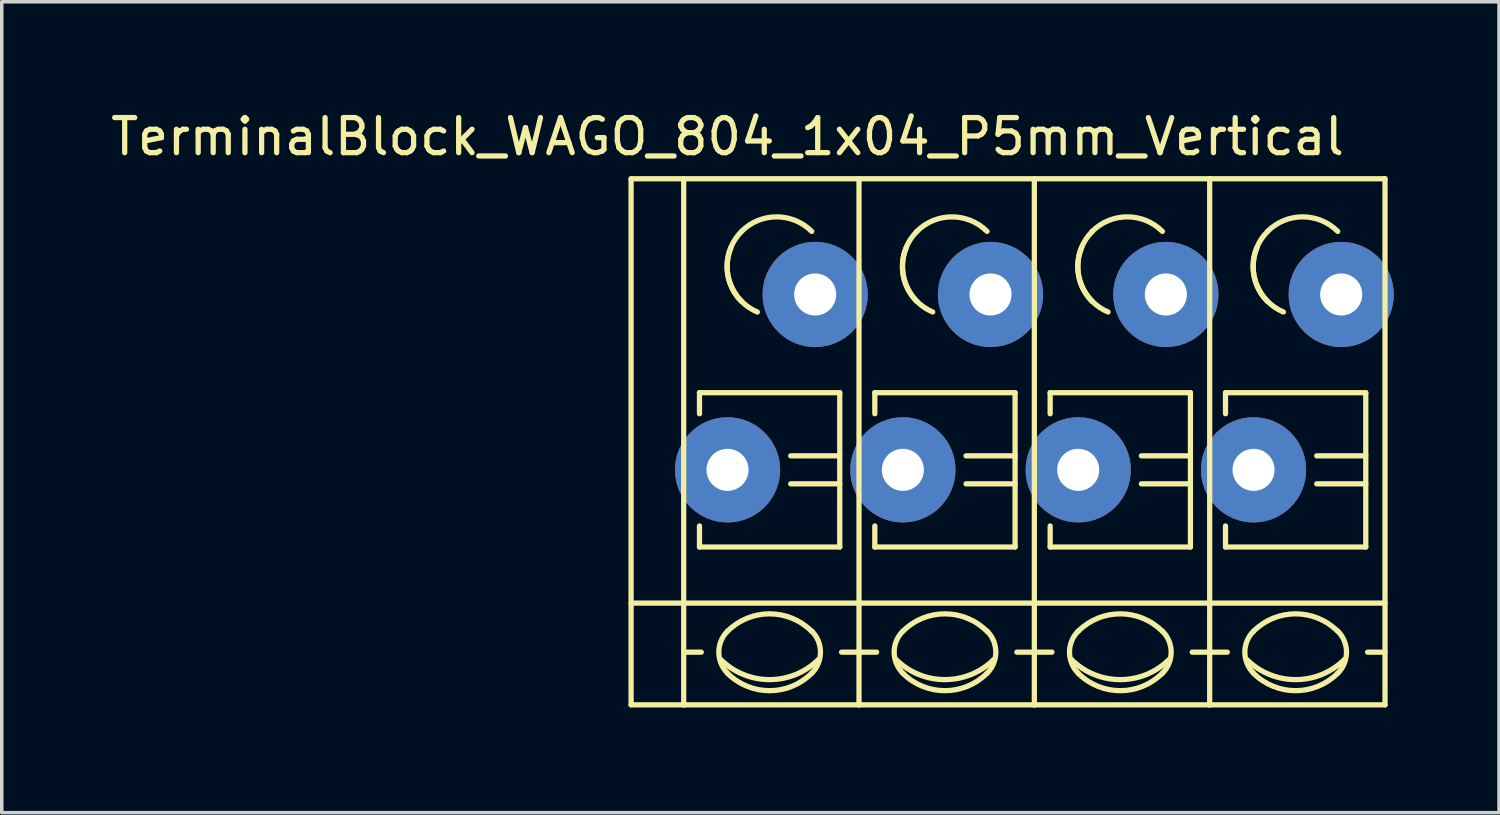
<source format=kicad_pcb>
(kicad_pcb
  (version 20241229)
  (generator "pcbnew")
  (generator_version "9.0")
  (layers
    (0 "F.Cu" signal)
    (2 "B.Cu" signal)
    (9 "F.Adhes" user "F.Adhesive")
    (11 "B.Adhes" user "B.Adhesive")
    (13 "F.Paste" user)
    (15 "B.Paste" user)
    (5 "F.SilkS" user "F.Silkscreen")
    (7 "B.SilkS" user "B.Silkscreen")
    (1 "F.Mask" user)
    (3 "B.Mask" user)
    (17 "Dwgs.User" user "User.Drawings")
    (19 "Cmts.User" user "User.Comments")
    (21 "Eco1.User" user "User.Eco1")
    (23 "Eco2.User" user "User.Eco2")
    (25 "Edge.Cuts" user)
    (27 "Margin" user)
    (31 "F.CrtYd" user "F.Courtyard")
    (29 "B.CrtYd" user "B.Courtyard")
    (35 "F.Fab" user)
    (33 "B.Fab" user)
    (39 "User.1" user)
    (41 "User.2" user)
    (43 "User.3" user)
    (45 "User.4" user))
  (footprint "TerminalBlock_WAGO_804_1x04_P5mm_Vertical"
    (layer "F.Cu")
    (at 17.696 10.348)
    (property "Reference" "TerminalBlock_WAGO_804_1x04_P5mm_Vertical" (at 0 -9.5 0) (layer "F.SilkS") (effects (font (size 1 1) (thickness 0.15))))
    (attr through_hole)
    (fp_line (start -2.75 -8.3) (end -1.25 -8.3) (stroke (width 0.15) (type solid)) (layer "F.SilkS"))
    (fp_line (start -2.75 6.7) (end -2.75 -8.3) (stroke (width 0.15) (type solid)) (layer "F.SilkS"))
    (fp_line (start -1.25 6.7) (end -2.75 6.7) (stroke (width 0.15) (type solid)) (layer "F.SilkS"))
    (fp_line (start -1.25 5.199) (end -0.749 5.199) (stroke (width 0.15) (type solid)) (layer "F.SilkS"))
    (fp_line (start -1.25 6.701) (end -1.25 -8.301) (stroke (width 0.15) (type solid)) (layer "F.SilkS"))
    (fp_line (start -0.8 -2.2) (end -0.8 -1.6) (stroke (width 0.15) (type solid)) (layer "F.SilkS"))
    (fp_line (start -0.8 -2.2) (end 3.2 -2.2) (stroke (width 0.15) (type solid)) (layer "F.SilkS"))
    (fp_line (start -0.8 2.2) (end -0.8 1.6) (stroke (width 0.15) (type solid)) (layer "F.SilkS"))
    (fp_line (start 3.2 -2.2) (end 3.2 2.2) (stroke (width 0.15) (type solid)) (layer "F.SilkS"))
    (fp_line (start 3.2 -0.399) (end 1.801 -0.399) (stroke (width 0.15) (type solid)) (layer "F.SilkS"))
    (fp_line (start 3.2 0.399) (end 1.801 0.399) (stroke (width 0.15) (type solid)) (layer "F.SilkS"))
    (fp_line (start 3.2 2.2) (end -0.8 2.2) (stroke (width 0.15) (type solid)) (layer "F.SilkS"))
    (fp_line (start 3.749 -8.301) (end -1.25 -8.301) (stroke (width 0.15) (type solid)) (layer "F.SilkS"))
    (fp_line (start 3.749 -8.301) (end 3.749 6.701) (stroke (width 0.15) (type solid)) (layer "F.SilkS"))
    (fp_line (start 3.749 5.199) (end 3.251 5.199) (stroke (width 0.15) (type solid)) (layer "F.SilkS"))
    (fp_line (start 3.749 6.701) (end -1.25 6.701) (stroke (width 0.15) (type solid)) (layer "F.SilkS"))
    (fp_line (start 3.75 3.8) (end -2.75 3.8) (stroke (width 0.15) (type solid)) (layer "F.SilkS"))
    (fp_line (start 3.75 3.8) (end 8.75 3.8) (stroke (width 0.15) (type solid)) (layer "F.SilkS"))
    (fp_line (start 3.75 5.199) (end 4.251 5.199) (stroke (width 0.15) (type solid)) (layer "F.SilkS"))
    (fp_line (start 4.2 -2.2) (end 4.2 -1.6) (stroke (width 0.15) (type solid)) (layer "F.SilkS"))
    (fp_line (start 4.2 -2.2) (end 8.2 -2.2) (stroke (width 0.15) (type solid)) (layer "F.SilkS"))
    (fp_line (start 4.2 2.2) (end 4.2 1.6) (stroke (width 0.15) (type solid)) (layer "F.SilkS"))
    (fp_line (start 8.2 -2.2) (end 8.2 2.2) (stroke (width 0.15) (type solid)) (layer "F.SilkS"))
    (fp_line (start 8.2 -0.399) (end 6.801 -0.399) (stroke (width 0.15) (type solid)) (layer "F.SilkS"))
    (fp_line (start 8.2 0.399) (end 6.801 0.399) (stroke (width 0.15) (type solid)) (layer "F.SilkS"))
    (fp_line (start 8.2 2.2) (end 4.2 2.2) (stroke (width 0.15) (type solid)) (layer "F.SilkS"))
    (fp_line (start 8.749 -8.301) (end 3.75 -8.301) (stroke (width 0.15) (type solid)) (layer "F.SilkS"))
    (fp_line (start 8.749 -8.301) (end 8.749 6.701) (stroke (width 0.15) (type solid)) (layer "F.SilkS"))
    (fp_line (start 8.749 5.199) (end 8.251 5.199) (stroke (width 0.15) (type solid)) (layer "F.SilkS"))
    (fp_line (start 8.749 6.701) (end 3.75 6.701) (stroke (width 0.15) (type solid)) (layer "F.SilkS"))
    (fp_line (start 8.75 3.8) (end 13.75 3.8) (stroke (width 0.15) (type solid)) (layer "F.SilkS"))
    (fp_line (start 8.75 5.199) (end 9.251 5.199) (stroke (width 0.15) (type solid)) (layer "F.SilkS"))
    (fp_line (start 9.2 -2.2) (end 9.2 -1.6) (stroke (width 0.15) (type solid)) (layer "F.SilkS"))
    (fp_line (start 9.2 -2.2) (end 13.2 -2.2) (stroke (width 0.15) (type solid)) (layer "F.SilkS"))
    (fp_line (start 9.2 2.2) (end 9.2 1.6) (stroke (width 0.15) (type solid)) (layer "F.SilkS"))
    (fp_line (start 13.2 -2.2) (end 13.2 2.2) (stroke (width 0.15) (type solid)) (layer "F.SilkS"))
    (fp_line (start 13.2 -0.399) (end 11.801 -0.399) (stroke (width 0.15) (type solid)) (layer "F.SilkS"))
    (fp_line (start 13.2 0.399) (end 11.801 0.399) (stroke (width 0.15) (type solid)) (layer "F.SilkS"))
    (fp_line (start 13.2 2.2) (end 9.2 2.2) (stroke (width 0.15) (type solid)) (layer "F.SilkS"))
    (fp_line (start 13.749 -8.301) (end 8.75 -8.301) (stroke (width 0.15) (type solid)) (layer "F.SilkS"))
    (fp_line (start 13.749 -8.301) (end 13.749 6.701) (stroke (width 0.15) (type solid)) (layer "F.SilkS"))
    (fp_line (start 13.749 5.199) (end 13.251 5.199) (stroke (width 0.15) (type solid)) (layer "F.SilkS"))
    (fp_line (start 13.749 6.701) (end 8.75 6.701) (stroke (width 0.15) (type solid)) (layer "F.SilkS"))
    (fp_line (start 13.75 3.8) (end 18.75 3.8) (stroke (width 0.15) (type solid)) (layer "F.SilkS"))
    (fp_line (start 13.75 5.199) (end 14.251 5.199) (stroke (width 0.15) (type solid)) (layer "F.SilkS"))
    (fp_line (start 14.2 -2.2) (end 14.2 -1.6) (stroke (width 0.15) (type solid)) (layer "F.SilkS"))
    (fp_line (start 14.2 -2.2) (end 18.2 -2.2) (stroke (width 0.15) (type solid)) (layer "F.SilkS"))
    (fp_line (start 14.2 2.2) (end 14.2 1.6) (stroke (width 0.15) (type solid)) (layer "F.SilkS"))
    (fp_line (start 18.2 -2.2) (end 18.2 2.2) (stroke (width 0.15) (type solid)) (layer "F.SilkS"))
    (fp_line (start 18.2 -0.399) (end 16.801 -0.399) (stroke (width 0.15) (type solid)) (layer "F.SilkS"))
    (fp_line (start 18.2 0.399) (end 16.801 0.399) (stroke (width 0.15) (type solid)) (layer "F.SilkS"))
    (fp_line (start 18.2 2.2) (end 14.2 2.2) (stroke (width 0.15) (type solid)) (layer "F.SilkS"))
    (fp_line (start 18.749 -8.301) (end 13.75 -8.301) (stroke (width 0.15) (type solid)) (layer "F.SilkS"))
    (fp_line (start 18.749 -8.301) (end 18.749 6.701) (stroke (width 0.15) (type solid)) (layer "F.SilkS"))
    (fp_line (start 18.749 5.199) (end 18.251 5.199) (stroke (width 0.15) (type solid)) (layer "F.SilkS"))
    (fp_line (start 18.749 6.701) (end 13.75 6.701) (stroke (width 0.15) (type solid)) (layer "F.SilkS"))
    (fp_arc (start 0 4.60248) (mid 1.19888 4.105888) (end 2.39776 4.60248) (stroke (width 0.15) (type solid)) (layer "F.SilkS"))
    (fp_arc (start 0 5.79882) (mid -0.248296 5.19938) (end 0 4.59994) (stroke (width 0.15) (type solid)) (layer "F.SilkS"))
    (fp_arc (start 0.39878 -6.79958) (mid 1.39954 -7.214108) (end 2.4003 -6.79958) (stroke (width 0.15) (type solid)) (layer "F.SilkS"))
    (fp_arc (start 0.39878 -4.8006) (mid -0.013952 -5.800616) (end 0.40132 -6.79958) (stroke (width 0.15) (type solid)) (layer "F.SilkS"))
    (fp_arc (start 0.8509 -4.50088) (mid 0.093811 -5.268985) (end 0.1016 -6.34746) (stroke (width 0.15) (type solid)) (layer "F.SilkS"))
    (fp_arc (start 2.4003 5.79882) (mid 1.200676 6.297208) (end 0 5.80136) (stroke (width 0.15) (type solid)) (layer "F.SilkS"))
    (fp_arc (start 2.40284 4.59994) (mid 2.650392 5.201176) (end 2.4003 5.80136) (stroke (width 0.15) (type solid)) (layer "F.SilkS"))
    (fp_arc (start 2.60096 5.40004) (mid 1.200676 5.981545) (end -0.20066 5.40258) (stroke (width 0.15) (type solid)) (layer "F.SilkS"))
    (fp_arc (start 5 4.60248) (mid 6.19888 4.105888) (end 7.39776 4.60248) (stroke (width 0.15) (type solid)) (layer "F.SilkS"))
    (fp_arc (start 5 5.79882) (mid 4.751704 5.19938) (end 5 4.59994) (stroke (width 0.15) (type solid)) (layer "F.SilkS"))
    (fp_arc (start 5.39878 -6.79958) (mid 6.39954 -7.214108) (end 7.4003 -6.79958) (stroke (width 0.15) (type solid)) (layer "F.SilkS"))
    (fp_arc (start 5.39878 -4.8006) (mid 4.986048 -5.800616) (end 5.40132 -6.79958) (stroke (width 0.15) (type solid)) (layer "F.SilkS"))
    (fp_arc (start 5.8509 -4.50088) (mid 5.093811 -5.268985) (end 5.1016 -6.34746) (stroke (width 0.15) (type solid)) (layer "F.SilkS"))
    (fp_arc (start 7.4003 5.79882) (mid 6.200676 6.297208) (end 5 5.80136) (stroke (width 0.15) (type solid)) (layer "F.SilkS"))
    (fp_arc (start 7.40284 4.59994) (mid 7.650392 5.201176) (end 7.4003 5.80136) (stroke (width 0.15) (type solid)) (layer "F.SilkS"))
    (fp_arc (start 7.60096 5.40004) (mid 6.200676 5.981545) (end 4.79934 5.40258) (stroke (width 0.15) (type solid)) (layer "F.SilkS"))
    (fp_arc (start 10 4.60248) (mid 11.19888 4.105888) (end 12.39776 4.60248) (stroke (width 0.15) (type solid)) (layer "F.SilkS"))
    (fp_arc (start 10 5.79882) (mid 9.751704 5.19938) (end 10 4.59994) (stroke (width 0.15) (type solid)) (layer "F.SilkS"))
    (fp_arc (start 10.39878 -6.79958) (mid 11.39954 -7.214108) (end 12.4003 -6.79958) (stroke (width 0.15) (type solid)) (layer "F.SilkS"))
    (fp_arc (start 10.39878 -4.8006) (mid 9.986048 -5.800616) (end 10.40132 -6.79958) (stroke (width 0.15) (type solid)) (layer "F.SilkS"))
    (fp_arc (start 10.8509 -4.50088) (mid 10.093811 -5.268985) (end 10.1016 -6.34746) (stroke (width 0.15) (type solid)) (layer "F.SilkS"))
    (fp_arc (start 12.4003 5.79882) (mid 11.200676 6.297208) (end 10 5.80136) (stroke (width 0.15) (type solid)) (layer "F.SilkS"))
    (fp_arc (start 12.40284 4.59994) (mid 12.650392 5.201176) (end 12.4003 5.80136) (stroke (width 0.15) (type solid)) (layer "F.SilkS"))
    (fp_arc (start 12.60096 5.40004) (mid 11.200676 5.981545) (end 9.79934 5.40258) (stroke (width 0.15) (type solid)) (layer "F.SilkS"))
    (fp_arc (start 15 4.60248) (mid 16.19888 4.105888) (end 17.39776 4.60248) (stroke (width 0.15) (type solid)) (layer "F.SilkS"))
    (fp_arc (start 15 5.79882) (mid 14.751704 5.19938) (end 15 4.59994) (stroke (width 0.15) (type solid)) (layer "F.SilkS"))
    (fp_arc (start 15.39878 -6.79958) (mid 16.39954 -7.214108) (end 17.4003 -6.79958) (stroke (width 0.15) (type solid)) (layer "F.SilkS"))
    (fp_arc (start 15.39878 -4.8006) (mid 14.986048 -5.800616) (end 15.40132 -6.79958) (stroke (width 0.15) (type solid)) (layer "F.SilkS"))
    (fp_arc (start 15.8509 -4.50088) (mid 15.093811 -5.268985) (end 15.1016 -6.34746) (stroke (width 0.15) (type solid)) (layer "F.SilkS"))
    (fp_arc (start 17.4003 5.79882) (mid 16.200676 6.297208) (end 15 5.80136) (stroke (width 0.15) (type solid)) (layer "F.SilkS"))
    (fp_arc (start 17.40284 4.59994) (mid 17.650392 5.201176) (end 17.4003 5.80136) (stroke (width 0.15) (type solid)) (layer "F.SilkS"))
    (fp_arc (start 17.60096 5.40004) (mid 16.200676 5.981545) (end 14.79934 5.40258) (stroke (width 0.15) (type solid)) (layer "F.SilkS"))
    (pad "1" thru_hole circle (at 0 0) (size 3 3) (drill 1.2) (layers "*.Cu" "*.Mask"))
    (pad "1" thru_hole circle (at 2.499 -5.001) (size 3 3) (drill 1.2) (layers "*.Cu" "*.Mask"))
    (pad "2" thru_hole circle (at 5 0) (size 3 3) (drill 1.2) (layers "*.Cu" "*.Mask"))
    (pad "2" thru_hole circle (at 7.499 -5.001) (size 3 3) (drill 1.2) (layers "*.Cu" "*.Mask"))
    (pad "3" thru_hole circle (at 10 0) (size 3 3) (drill 1.2) (layers "*.Cu" "*.Mask"))
    (pad "3" thru_hole circle (at 12.499 -5.001) (size 3 3) (drill 1.2) (layers "*.Cu" "*.Mask"))
    (pad "4" thru_hole circle (at 15 0) (size 3 3) (drill 1.2) (layers "*.Cu" "*.Mask"))
    (pad "4" thru_hole circle (at 17.499 -5.001) (size 3 3) (drill 1.2) (layers "*.Cu" "*.Mask")))
  (gr_rect
    (start -3 -3)
    (end 39.696 20.124)
    (stroke (width 0.1) (type default))
    (fill no)
    (layer "Edge.Cuts")))
</source>
